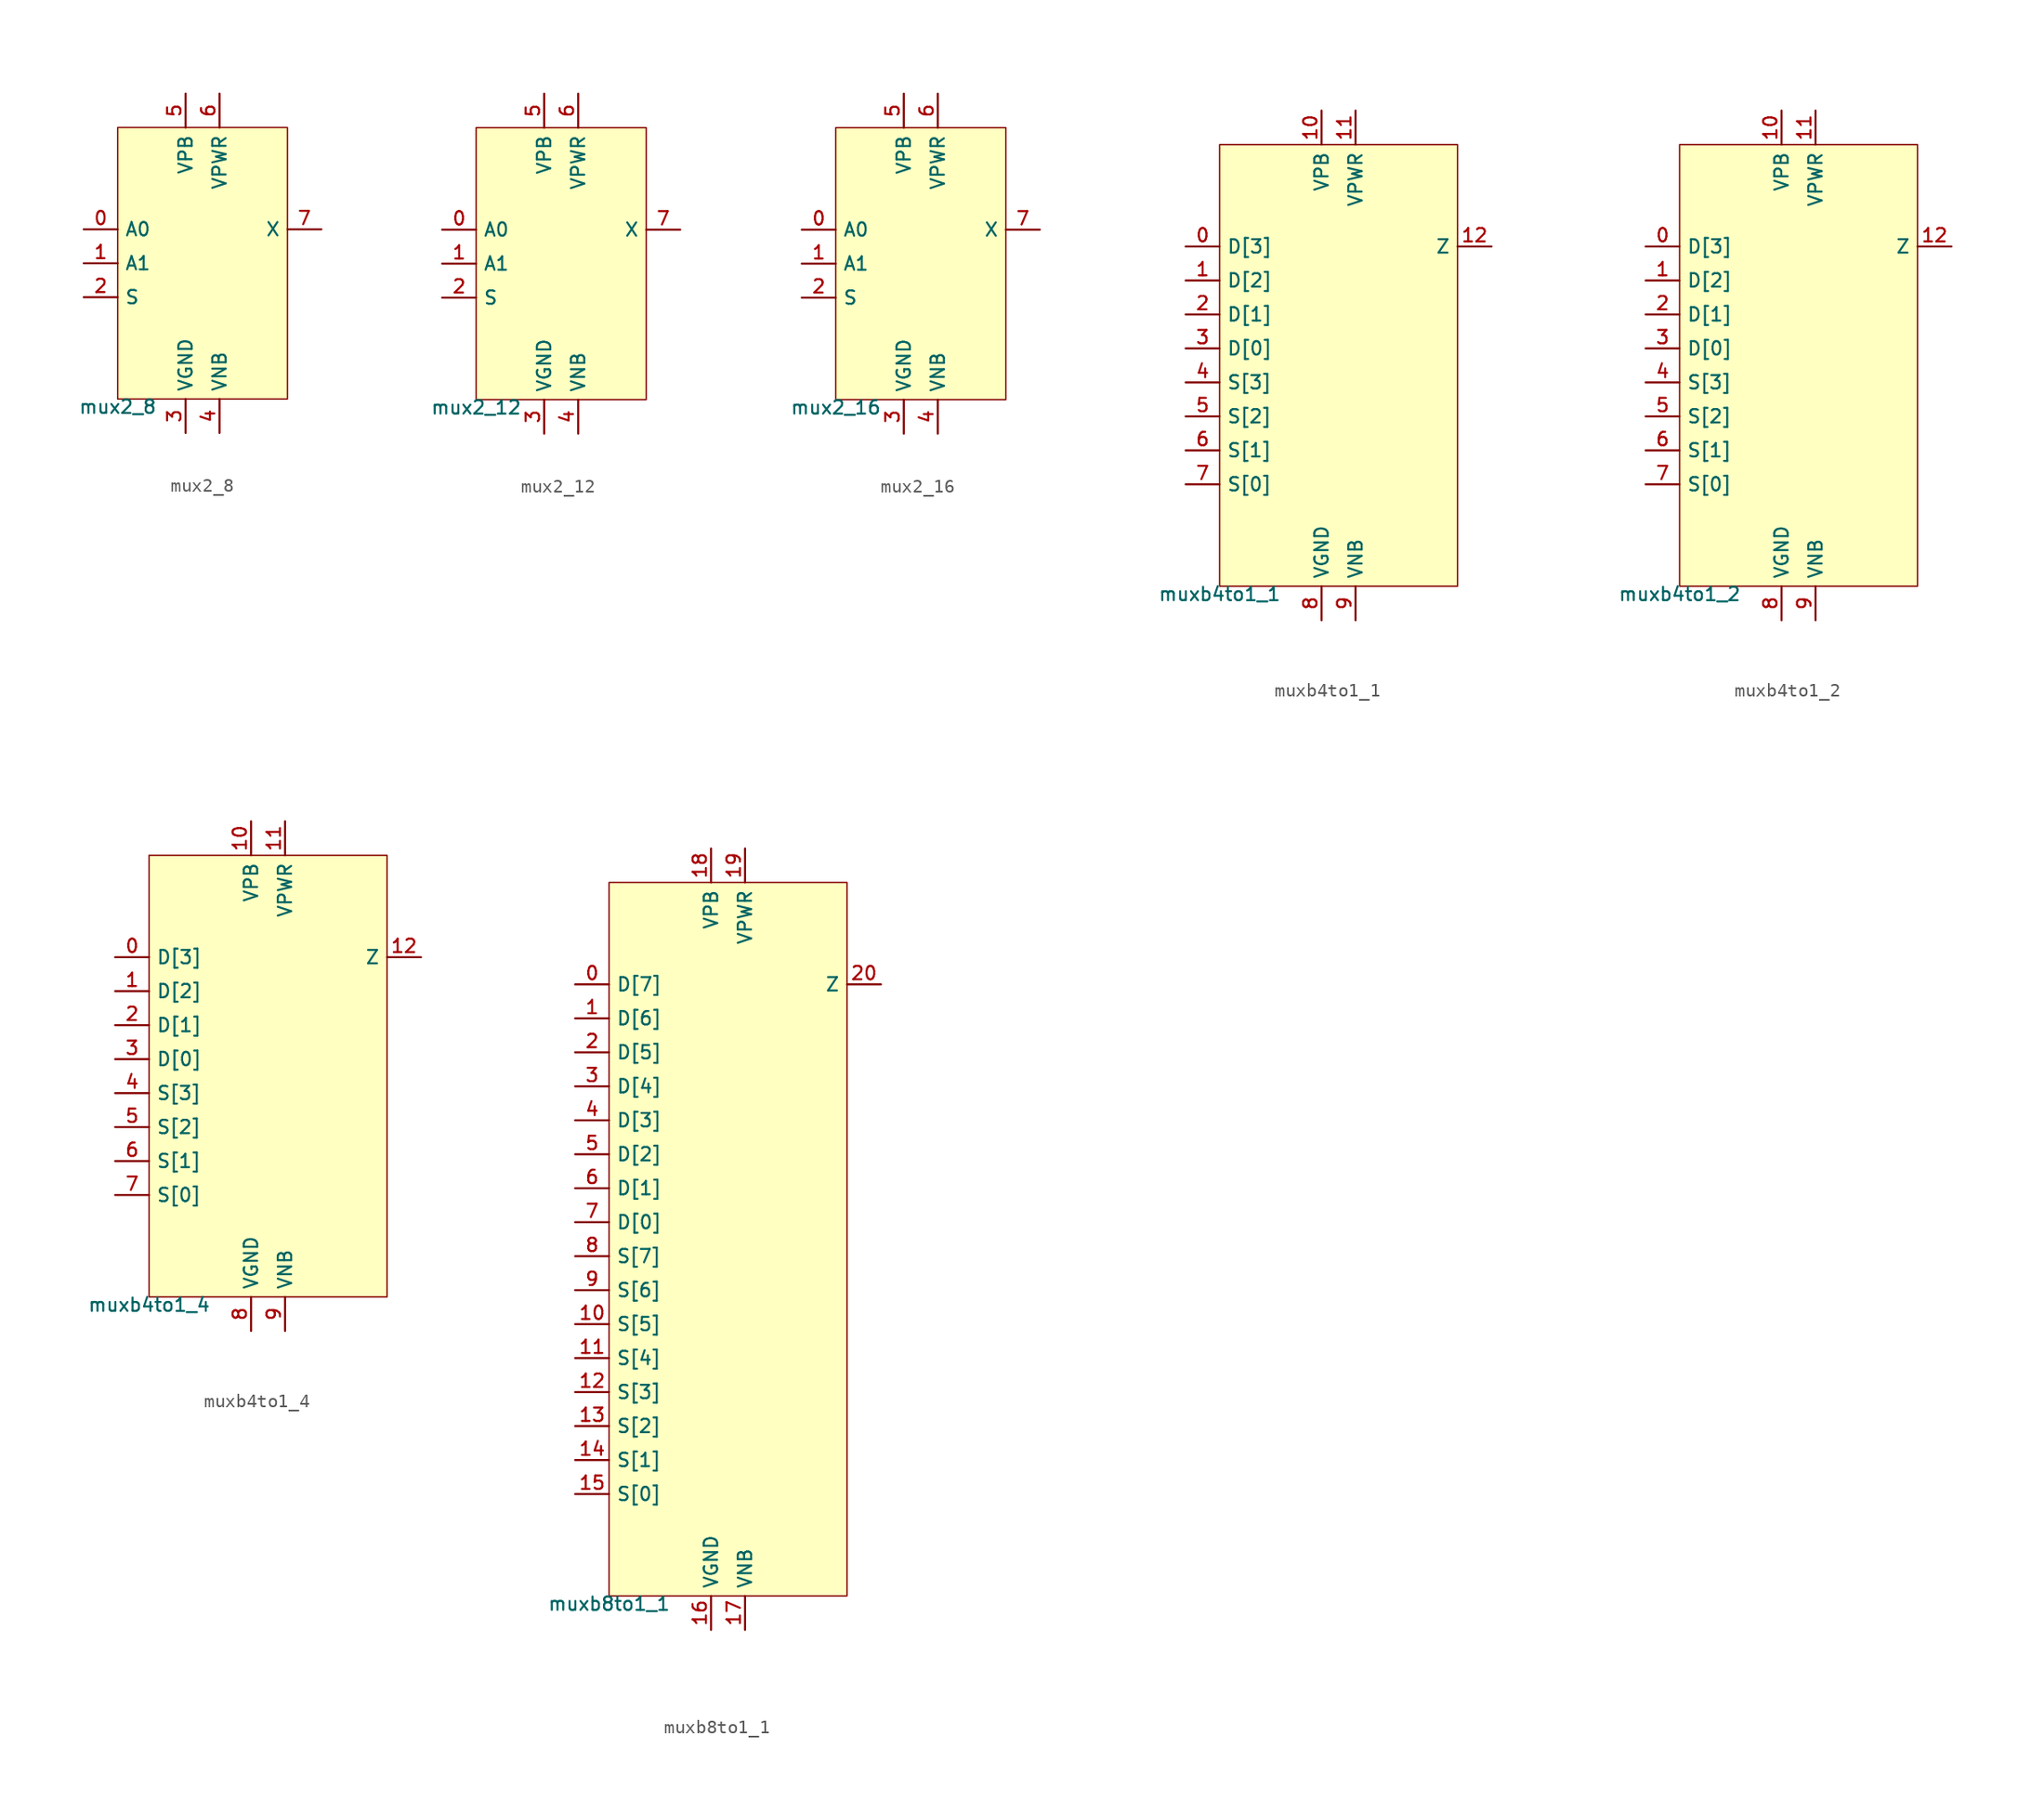
<source format=kicad_sym>
(kicad_symbol_lib
  (version 20211014)
  (generator lef2kicad_sym)
  (symbol "mux2_8"
    (property "Reference" "CELL"
      (at 0 0 0)
      (effects (font (size 1 1)) hide))
    (property "Value" "mux2_8"
      (at -6.35 -10.16 0)
      (effects (font (size 1 1)) (justify top)))
    (rectangle
      (start -6.35 -10.16)
      (end 6.35 10.16)
      (stroke (width 0.1) (type solid) (color 0 0 0 0))
      (fill (type background)))
    (pin input line
      (at -8.89 2.54 0)
      (length 2.54)
      (name "A0" (effects (font (size 1 1)) hide))
      (number "0" (effects (font (size 1 1)) hide)))
    (pin input line
      (at -8.89 0.0 0)
      (length 2.54)
      (name "A1" (effects (font (size 1 1)) hide))
      (number "1" (effects (font (size 1 1)) hide)))
    (pin input line
      (at -8.89 -2.54 0)
      (length 2.54)
      (name "S" (effects (font (size 1 1)) hide))
      (number "2" (effects (font (size 1 1)) hide)))
    (pin power_in line
      (at -1.27 -12.7 90)
      (length 2.54)
      (name "VGND" (effects (font (size 1 1)) hide))
      (number "3" (effects (font (size 1 1)) hide)))
    (pin power_in line
      (at 1.27 -12.7 90)
      (length 2.54)
      (name "VNB" (effects (font (size 1 1)) hide))
      (number "4" (effects (font (size 1 1)) hide)))
    (pin power_in line
      (at -1.27 12.7 270)
      (length 2.54)
      (name "VPB" (effects (font (size 1 1)) hide))
      (number "5" (effects (font (size 1 1)) hide)))
    (pin power_in line
      (at 1.27 12.7 270)
      (length 2.54)
      (name "VPWR" (effects (font (size 1 1)) hide))
      (number "6" (effects (font (size 1 1)) hide)))
    (pin output line
      (at 8.89 2.54 180)
      (length 2.54)
      (name "X" (effects (font (size 1 1)) hide))
      (number "7" (effects (font (size 1 1)) hide))))
  (symbol "mux2_12"
    (property "Reference" "CELL"
      (at 0 0 0)
      (effects (font (size 1 1)) hide))
    (property "Value" "mux2_12"
      (at -6.35 -10.16 0)
      (effects (font (size 1 1)) (justify top)))
    (rectangle
      (start -6.35 -10.16)
      (end 6.35 10.16)
      (stroke (width 0.1) (type solid) (color 0 0 0 0))
      (fill (type background)))
    (pin input line
      (at -8.89 2.54 0)
      (length 2.54)
      (name "A0" (effects (font (size 1 1)) hide))
      (number "0" (effects (font (size 1 1)) hide)))
    (pin input line
      (at -8.89 0.0 0)
      (length 2.54)
      (name "A1" (effects (font (size 1 1)) hide))
      (number "1" (effects (font (size 1 1)) hide)))
    (pin input line
      (at -8.89 -2.54 0)
      (length 2.54)
      (name "S" (effects (font (size 1 1)) hide))
      (number "2" (effects (font (size 1 1)) hide)))
    (pin power_in line
      (at -1.27 -12.7 90)
      (length 2.54)
      (name "VGND" (effects (font (size 1 1)) hide))
      (number "3" (effects (font (size 1 1)) hide)))
    (pin power_in line
      (at 1.27 -12.7 90)
      (length 2.54)
      (name "VNB" (effects (font (size 1 1)) hide))
      (number "4" (effects (font (size 1 1)) hide)))
    (pin power_in line
      (at -1.27 12.7 270)
      (length 2.54)
      (name "VPB" (effects (font (size 1 1)) hide))
      (number "5" (effects (font (size 1 1)) hide)))
    (pin power_in line
      (at 1.27 12.7 270)
      (length 2.54)
      (name "VPWR" (effects (font (size 1 1)) hide))
      (number "6" (effects (font (size 1 1)) hide)))
    (pin output line
      (at 8.89 2.54 180)
      (length 2.54)
      (name "X" (effects (font (size 1 1)) hide))
      (number "7" (effects (font (size 1 1)) hide))))
  (symbol "mux2_16"
    (property "Reference" "CELL"
      (at 0 0 0)
      (effects (font (size 1 1)) hide))
    (property "Value" "mux2_16"
      (at -6.35 -10.16 0)
      (effects (font (size 1 1)) (justify top)))
    (rectangle
      (start -6.35 -10.16)
      (end 6.35 10.16)
      (stroke (width 0.1) (type solid) (color 0 0 0 0))
      (fill (type background)))
    (pin input line
      (at -8.89 2.54 0)
      (length 2.54)
      (name "A0" (effects (font (size 1 1)) hide))
      (number "0" (effects (font (size 1 1)) hide)))
    (pin input line
      (at -8.89 0.0 0)
      (length 2.54)
      (name "A1" (effects (font (size 1 1)) hide))
      (number "1" (effects (font (size 1 1)) hide)))
    (pin input line
      (at -8.89 -2.54 0)
      (length 2.54)
      (name "S" (effects (font (size 1 1)) hide))
      (number "2" (effects (font (size 1 1)) hide)))
    (pin power_in line
      (at -1.27 -12.7 90)
      (length 2.54)
      (name "VGND" (effects (font (size 1 1)) hide))
      (number "3" (effects (font (size 1 1)) hide)))
    (pin power_in line
      (at 1.27 -12.7 90)
      (length 2.54)
      (name "VNB" (effects (font (size 1 1)) hide))
      (number "4" (effects (font (size 1 1)) hide)))
    (pin power_in line
      (at -1.27 12.7 270)
      (length 2.54)
      (name "VPB" (effects (font (size 1 1)) hide))
      (number "5" (effects (font (size 1 1)) hide)))
    (pin power_in line
      (at 1.27 12.7 270)
      (length 2.54)
      (name "VPWR" (effects (font (size 1 1)) hide))
      (number "6" (effects (font (size 1 1)) hide)))
    (pin output line
      (at 8.89 2.54 180)
      (length 2.54)
      (name "X" (effects (font (size 1 1)) hide))
      (number "7" (effects (font (size 1 1)) hide))))
  (symbol "muxb4to1_1"
    (property "Reference" "CELL"
      (at 0 0 0)
      (effects (font (size 1 1)) hide))
    (property "Value" "muxb4to1_1"
      (at -8.89 -16.51 0)
      (effects (font (size 1 1)) (justify top)))
    (rectangle
      (start -8.89 -16.51)
      (end 8.89 16.51)
      (stroke (width 0.1) (type solid) (color 0 0 0 0))
      (fill (type background)))
    (pin input line
      (at -11.43 8.89 0)
      (length 2.54)
      (name "D[3]" (effects (font (size 1 1)) hide))
      (number "0" (effects (font (size 1 1)) hide)))
    (pin input line
      (at -11.43 6.35 0)
      (length 2.54)
      (name "D[2]" (effects (font (size 1 1)) hide))
      (number "1" (effects (font (size 1 1)) hide)))
    (pin input line
      (at -11.43 3.81 0)
      (length 2.54)
      (name "D[1]" (effects (font (size 1 1)) hide))
      (number "2" (effects (font (size 1 1)) hide)))
    (pin input line
      (at -11.43 1.27 0)
      (length 2.54)
      (name "D[0]" (effects (font (size 1 1)) hide))
      (number "3" (effects (font (size 1 1)) hide)))
    (pin input line
      (at -11.43 -1.27 0)
      (length 2.54)
      (name "S[3]" (effects (font (size 1 1)) hide))
      (number "4" (effects (font (size 1 1)) hide)))
    (pin input line
      (at -11.43 -3.81 0)
      (length 2.54)
      (name "S[2]" (effects (font (size 1 1)) hide))
      (number "5" (effects (font (size 1 1)) hide)))
    (pin input line
      (at -11.43 -6.35 0)
      (length 2.54)
      (name "S[1]" (effects (font (size 1 1)) hide))
      (number "6" (effects (font (size 1 1)) hide)))
    (pin input line
      (at -11.43 -8.89 0)
      (length 2.54)
      (name "S[0]" (effects (font (size 1 1)) hide))
      (number "7" (effects (font (size 1 1)) hide)))
    (pin power_in line
      (at -1.27 -19.05 90)
      (length 2.54)
      (name "VGND" (effects (font (size 1 1)) hide))
      (number "8" (effects (font (size 1 1)) hide)))
    (pin power_in line
      (at 1.27 -19.05 90)
      (length 2.54)
      (name "VNB" (effects (font (size 1 1)) hide))
      (number "9" (effects (font (size 1 1)) hide)))
    (pin power_in line
      (at -1.27 19.05 270)
      (length 2.54)
      (name "VPB" (effects (font (size 1 1)) hide))
      (number "10" (effects (font (size 1 1)) hide)))
    (pin power_in line
      (at 1.27 19.05 270)
      (length 2.54)
      (name "VPWR" (effects (font (size 1 1)) hide))
      (number "11" (effects (font (size 1 1)) hide)))
    (pin output line
      (at 11.43 8.89 180)
      (length 2.54)
      (name "Z" (effects (font (size 1 1)) hide))
      (number "12" (effects (font (size 1 1)) hide))))
  (symbol "muxb4to1_2"
    (property "Reference" "CELL"
      (at 0 0 0)
      (effects (font (size 1 1)) hide))
    (property "Value" "muxb4to1_2"
      (at -8.89 -16.51 0)
      (effects (font (size 1 1)) (justify top)))
    (rectangle
      (start -8.89 -16.51)
      (end 8.89 16.51)
      (stroke (width 0.1) (type solid) (color 0 0 0 0))
      (fill (type background)))
    (pin input line
      (at -11.43 8.89 0)
      (length 2.54)
      (name "D[3]" (effects (font (size 1 1)) hide))
      (number "0" (effects (font (size 1 1)) hide)))
    (pin input line
      (at -11.43 6.35 0)
      (length 2.54)
      (name "D[2]" (effects (font (size 1 1)) hide))
      (number "1" (effects (font (size 1 1)) hide)))
    (pin input line
      (at -11.43 3.81 0)
      (length 2.54)
      (name "D[1]" (effects (font (size 1 1)) hide))
      (number "2" (effects (font (size 1 1)) hide)))
    (pin input line
      (at -11.43 1.27 0)
      (length 2.54)
      (name "D[0]" (effects (font (size 1 1)) hide))
      (number "3" (effects (font (size 1 1)) hide)))
    (pin input line
      (at -11.43 -1.27 0)
      (length 2.54)
      (name "S[3]" (effects (font (size 1 1)) hide))
      (number "4" (effects (font (size 1 1)) hide)))
    (pin input line
      (at -11.43 -3.81 0)
      (length 2.54)
      (name "S[2]" (effects (font (size 1 1)) hide))
      (number "5" (effects (font (size 1 1)) hide)))
    (pin input line
      (at -11.43 -6.35 0)
      (length 2.54)
      (name "S[1]" (effects (font (size 1 1)) hide))
      (number "6" (effects (font (size 1 1)) hide)))
    (pin input line
      (at -11.43 -8.89 0)
      (length 2.54)
      (name "S[0]" (effects (font (size 1 1)) hide))
      (number "7" (effects (font (size 1 1)) hide)))
    (pin power_in line
      (at -1.27 -19.05 90)
      (length 2.54)
      (name "VGND" (effects (font (size 1 1)) hide))
      (number "8" (effects (font (size 1 1)) hide)))
    (pin power_in line
      (at 1.27 -19.05 90)
      (length 2.54)
      (name "VNB" (effects (font (size 1 1)) hide))
      (number "9" (effects (font (size 1 1)) hide)))
    (pin power_in line
      (at -1.27 19.05 270)
      (length 2.54)
      (name "VPB" (effects (font (size 1 1)) hide))
      (number "10" (effects (font (size 1 1)) hide)))
    (pin power_in line
      (at 1.27 19.05 270)
      (length 2.54)
      (name "VPWR" (effects (font (size 1 1)) hide))
      (number "11" (effects (font (size 1 1)) hide)))
    (pin output line
      (at 11.43 8.89 180)
      (length 2.54)
      (name "Z" (effects (font (size 1 1)) hide))
      (number "12" (effects (font (size 1 1)) hide))))
  (symbol "muxb4to1_4"
    (property "Reference" "CELL"
      (at 0 0 0)
      (effects (font (size 1 1)) hide))
    (property "Value" "muxb4to1_4"
      (at -8.89 -16.51 0)
      (effects (font (size 1 1)) (justify top)))
    (rectangle
      (start -8.89 -16.51)
      (end 8.89 16.51)
      (stroke (width 0.1) (type solid) (color 0 0 0 0))
      (fill (type background)))
    (pin input line
      (at -11.43 8.89 0)
      (length 2.54)
      (name "D[3]" (effects (font (size 1 1)) hide))
      (number "0" (effects (font (size 1 1)) hide)))
    (pin input line
      (at -11.43 6.35 0)
      (length 2.54)
      (name "D[2]" (effects (font (size 1 1)) hide))
      (number "1" (effects (font (size 1 1)) hide)))
    (pin input line
      (at -11.43 3.81 0)
      (length 2.54)
      (name "D[1]" (effects (font (size 1 1)) hide))
      (number "2" (effects (font (size 1 1)) hide)))
    (pin input line
      (at -11.43 1.27 0)
      (length 2.54)
      (name "D[0]" (effects (font (size 1 1)) hide))
      (number "3" (effects (font (size 1 1)) hide)))
    (pin input line
      (at -11.43 -1.27 0)
      (length 2.54)
      (name "S[3]" (effects (font (size 1 1)) hide))
      (number "4" (effects (font (size 1 1)) hide)))
    (pin input line
      (at -11.43 -3.81 0)
      (length 2.54)
      (name "S[2]" (effects (font (size 1 1)) hide))
      (number "5" (effects (font (size 1 1)) hide)))
    (pin input line
      (at -11.43 -6.35 0)
      (length 2.54)
      (name "S[1]" (effects (font (size 1 1)) hide))
      (number "6" (effects (font (size 1 1)) hide)))
    (pin input line
      (at -11.43 -8.89 0)
      (length 2.54)
      (name "S[0]" (effects (font (size 1 1)) hide))
      (number "7" (effects (font (size 1 1)) hide)))
    (pin power_in line
      (at -1.27 -19.05 90)
      (length 2.54)
      (name "VGND" (effects (font (size 1 1)) hide))
      (number "8" (effects (font (size 1 1)) hide)))
    (pin power_in line
      (at 1.27 -19.05 90)
      (length 2.54)
      (name "VNB" (effects (font (size 1 1)) hide))
      (number "9" (effects (font (size 1 1)) hide)))
    (pin power_in line
      (at -1.27 19.05 270)
      (length 2.54)
      (name "VPB" (effects (font (size 1 1)) hide))
      (number "10" (effects (font (size 1 1)) hide)))
    (pin power_in line
      (at 1.27 19.05 270)
      (length 2.54)
      (name "VPWR" (effects (font (size 1 1)) hide))
      (number "11" (effects (font (size 1 1)) hide)))
    (pin output line
      (at 11.43 8.89 180)
      (length 2.54)
      (name "Z" (effects (font (size 1 1)) hide))
      (number "12" (effects (font (size 1 1)) hide))))
  (symbol "muxb8to1_1"
    (property "Reference" "CELL"
      (at 0 0 0)
      (effects (font (size 1 1)) hide))
    (property "Value" "muxb8to1_1"
      (at -8.89 -26.67 0)
      (effects (font (size 1 1)) (justify top)))
    (rectangle
      (start -8.89 -26.67)
      (end 8.89 26.67)
      (stroke (width 0.1) (type solid) (color 0 0 0 0))
      (fill (type background)))
    (pin input line
      (at -11.43 19.05 0)
      (length 2.54)
      (name "D[7]" (effects (font (size 1 1)) hide))
      (number "0" (effects (font (size 1 1)) hide)))
    (pin input line
      (at -11.43 16.51 0)
      (length 2.54)
      (name "D[6]" (effects (font (size 1 1)) hide))
      (number "1" (effects (font (size 1 1)) hide)))
    (pin input line
      (at -11.43 13.97 0)
      (length 2.54)
      (name "D[5]" (effects (font (size 1 1)) hide))
      (number "2" (effects (font (size 1 1)) hide)))
    (pin input line
      (at -11.43 11.43 0)
      (length 2.54)
      (name "D[4]" (effects (font (size 1 1)) hide))
      (number "3" (effects (font (size 1 1)) hide)))
    (pin input line
      (at -11.43 8.89 0)
      (length 2.54)
      (name "D[3]" (effects (font (size 1 1)) hide))
      (number "4" (effects (font (size 1 1)) hide)))
    (pin input line
      (at -11.43 6.35 0)
      (length 2.54)
      (name "D[2]" (effects (font (size 1 1)) hide))
      (number "5" (effects (font (size 1 1)) hide)))
    (pin input line
      (at -11.43 3.81 0)
      (length 2.54)
      (name "D[1]" (effects (font (size 1 1)) hide))
      (number "6" (effects (font (size 1 1)) hide)))
    (pin input line
      (at -11.43 1.27 0)
      (length 2.54)
      (name "D[0]" (effects (font (size 1 1)) hide))
      (number "7" (effects (font (size 1 1)) hide)))
    (pin input line
      (at -11.43 -1.27 0)
      (length 2.54)
      (name "S[7]" (effects (font (size 1 1)) hide))
      (number "8" (effects (font (size 1 1)) hide)))
    (pin input line
      (at -11.43 -3.81 0)
      (length 2.54)
      (name "S[6]" (effects (font (size 1 1)) hide))
      (number "9" (effects (font (size 1 1)) hide)))
    (pin input line
      (at -11.43 -6.35 0)
      (length 2.54)
      (name "S[5]" (effects (font (size 1 1)) hide))
      (number "10" (effects (font (size 1 1)) hide)))
    (pin input line
      (at -11.43 -8.89 0)
      (length 2.54)
      (name "S[4]" (effects (font (size 1 1)) hide))
      (number "11" (effects (font (size 1 1)) hide)))
    (pin input line
      (at -11.43 -11.43 0)
      (length 2.54)
      (name "S[3]" (effects (font (size 1 1)) hide))
      (number "12" (effects (font (size 1 1)) hide)))
    (pin input line
      (at -11.43 -13.97 0)
      (length 2.54)
      (name "S[2]" (effects (font (size 1 1)) hide))
      (number "13" (effects (font (size 1 1)) hide)))
    (pin input line
      (at -11.43 -16.51 0)
      (length 2.54)
      (name "S[1]" (effects (font (size 1 1)) hide))
      (number "14" (effects (font (size 1 1)) hide)))
    (pin input line
      (at -11.43 -19.05 0)
      (length 2.54)
      (name "S[0]" (effects (font (size 1 1)) hide))
      (number "15" (effects (font (size 1 1)) hide)))
    (pin power_in line
      (at -1.27 -29.21 90)
      (length 2.54)
      (name "VGND" (effects (font (size 1 1)) hide))
      (number "16" (effects (font (size 1 1)) hide)))
    (pin power_in line
      (at 1.27 -29.21 90)
      (length 2.54)
      (name "VNB" (effects (font (size 1 1)) hide))
      (number "17" (effects (font (size 1 1)) hide)))
    (pin power_in line
      (at -1.27 29.21 270)
      (length 2.54)
      (name "VPB" (effects (font (size 1 1)) hide))
      (number "18" (effects (font (size 1 1)) hide)))
    (pin power_in line
      (at 1.27 29.21 270)
      (length 2.54)
      (name "VPWR" (effects (font (size 1 1)) hide))
      (number "19" (effects (font (size 1 1)) hide)))
    (pin output line
      (at 11.43 19.05 180)
      (length 2.54)
      (name "Z" (effects (font (size 1 1)) hide))
      (number "20" (effects (font (size 1 1)) hide)))))
</source>
